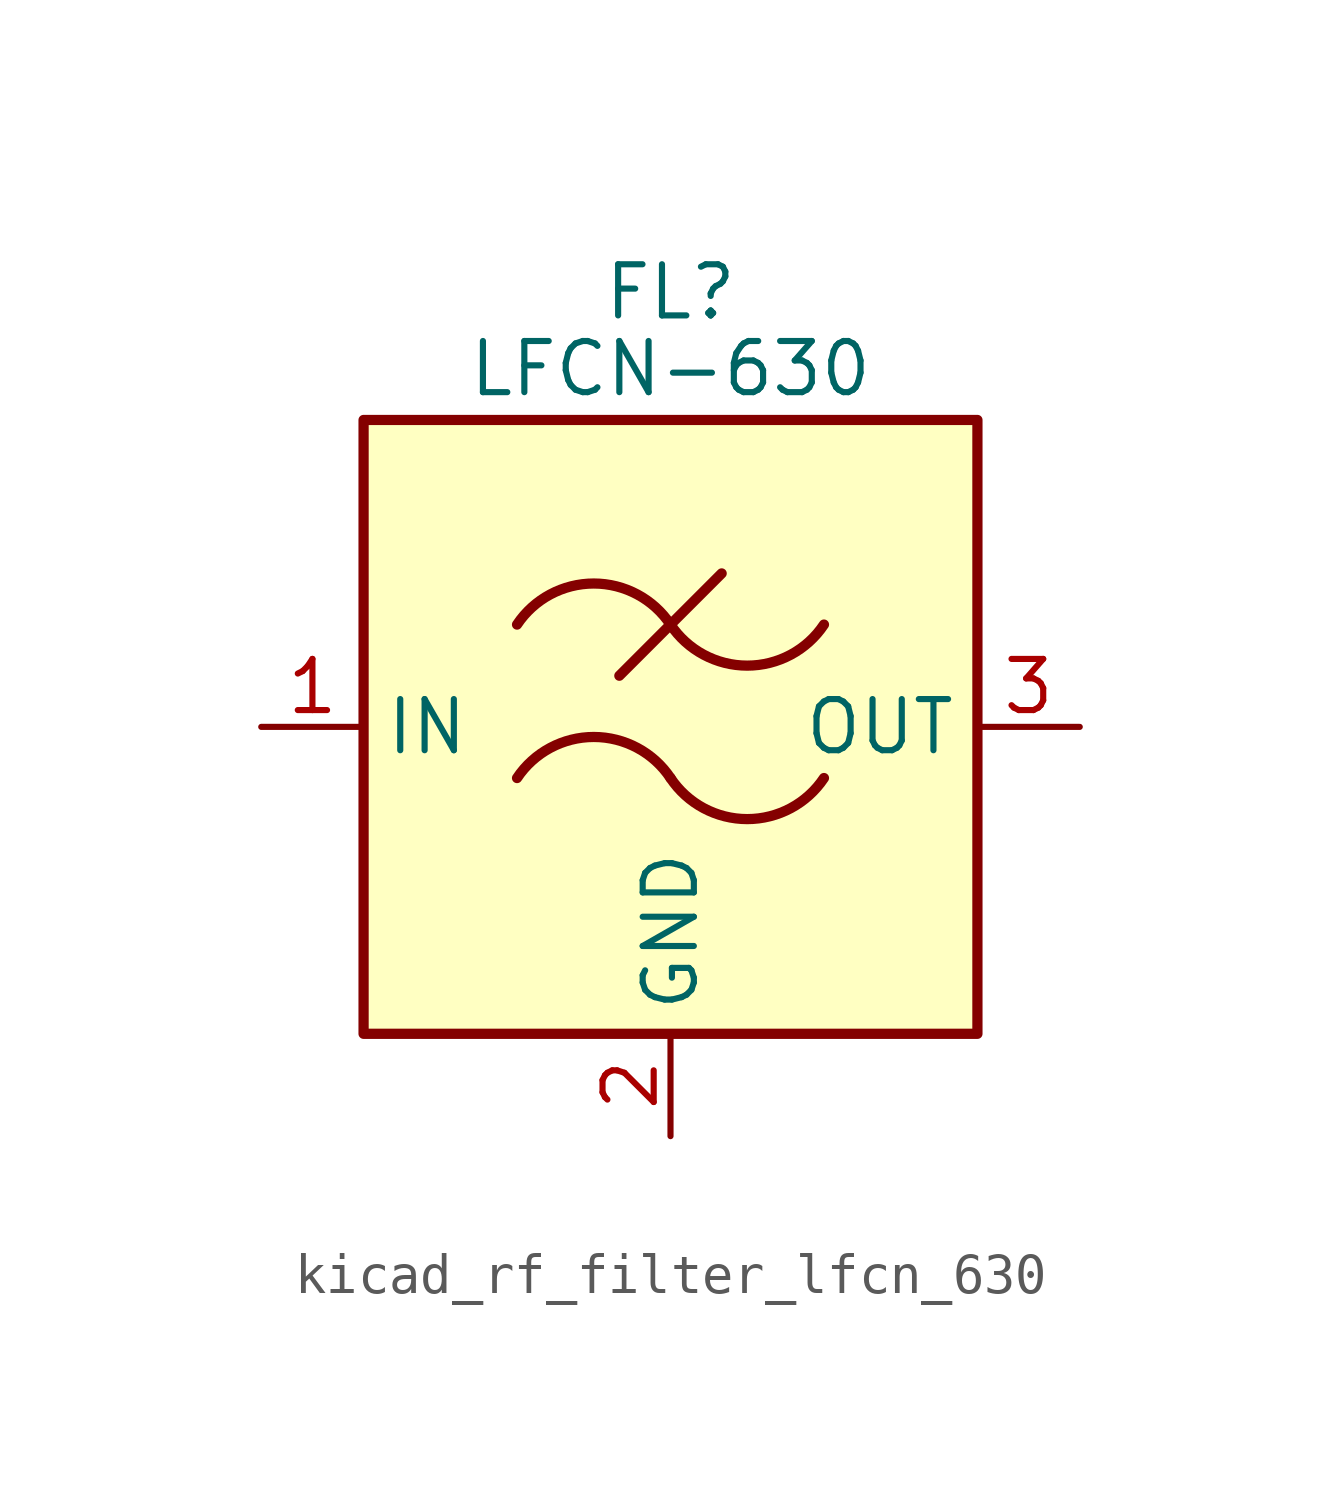
<source format=kicad_sym>
(kicad_symbol_lib
  (version 20220914)
  (generator kicad_symbol_editor)
  (symbol "kicad_rf_filter_lfcn_630"
    (property "Reference" "FL"
      (at 0 10.795 0)
      (effects (font (size 1.27 1.27))))
    (property "Value" "LFCN-630"
      (at 0 8.89 0)
      (effects (font (size 1.27 1.27))))
    (symbol "kicad_rf_filter_lfcn_630_0_1"
      (rectangle (start -7.62 7.62) (end 7.62 -7.62) (stroke (width 0.254) (type default)) (fill (type background)))
      (arc (start 0 -1.27) (mid -1.905 -0.2505) (end -3.81 -1.27) (stroke (width 0.254) (type default)) (fill (type none)))
      (arc (start 0 -1.27) (mid 1.905 -2.2895) (end 3.81 -1.27) (stroke (width 0.254) (type default)) (fill (type none)))
      (polyline (pts (xy -1.27 1.27) (xy 1.27 3.81)) (stroke (width 0.254) (type default)) (fill (type none)))
      (arc (start 0 2.54) (mid -1.905 3.5595) (end -3.81 2.54) (stroke (width 0.254) (type default)) (fill (type none)))
      (arc (start 0 2.54) (mid 1.905 1.5205) (end 3.81 2.54) (stroke (width 0.254) (type default)) (fill (type none))))
    (symbol "kicad_rf_filter_lfcn_630_1_1"
      (pin passive line (at -10.16 0 0) (length 2.54) (name "IN" (effects (font (size 1.27 1.27)))) (number "1" (effects (font (size 1.27 1.27)))))
      (pin passive line (at 0 -10.16 90) (length 2.54) (name "GND" (effects (font (size 1.27 1.27)))) (number "2" (effects (font (size 1.27 1.27)))))
      (pin passive line (at 10.16 0 180) (length 2.54) (name "OUT" (effects (font (size 1.27 1.27)))) (number "3" (effects (font (size 1.27 1.27)))))
      (pin passive line (at 0 -10.16 90) (length 2.54) hide (name "GND" (effects (font (size 1.27 1.27)))) (number "4" (effects (font (size 1.27 1.27))))))))
</source>
